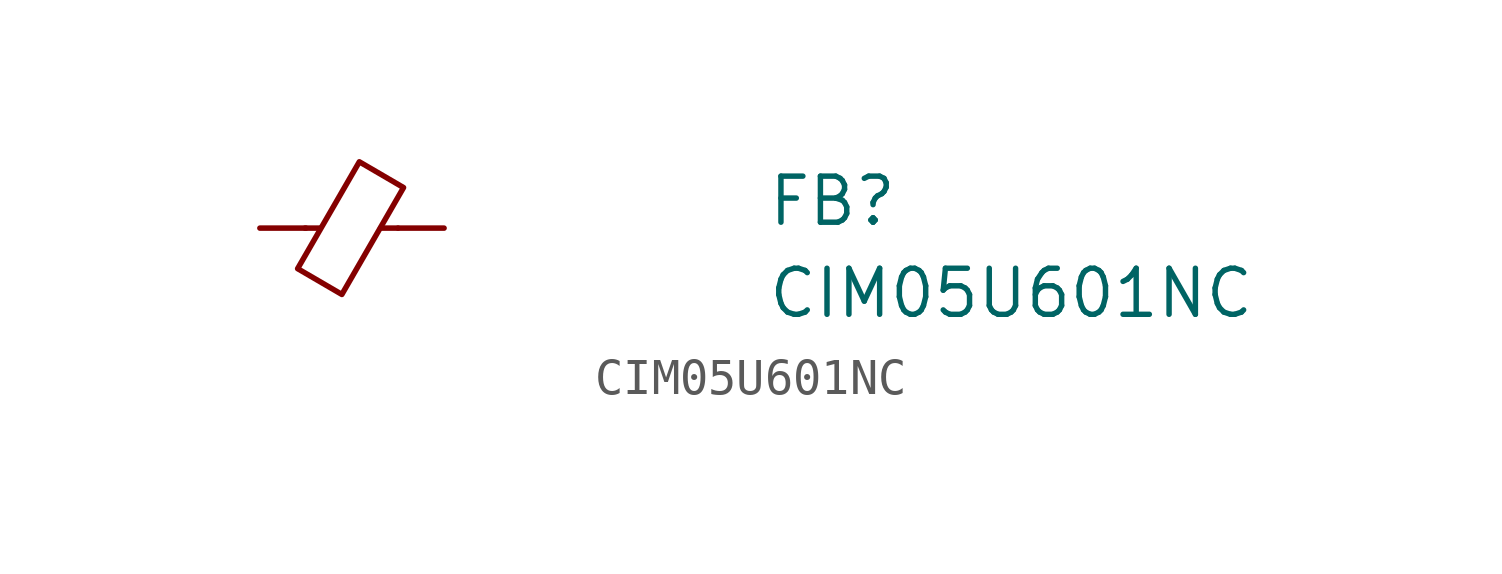
<source format=kicad_sym>
(kicad_symbol_lib
  (version 20211014)
  (generator kicad_symbol_editor)
  (symbol "CIM05U601NC"
    (pin_numbers hide)
    (pin_names hide)
    (property "Reference" "FB"
      (at 13.97 0 0)
      (effects (font (size 1.27 1.27) (thickness 0.15)) (justify left bottom)))
    (property "Value" "CIM05U601NC"
      (at 13.97 -2.54 0)
      (effects (font (size 1.27 1.27) (thickness 0.15)) (justify left bottom)))
    (symbol "CIM05U601NC_0_1"
      (polyline (pts (xy 1.651 0) (xy 1.245 0)) (stroke (width 0) (type default) (color 0 0 0 0)) (fill (type none)))
      (polyline (pts (xy 3.81 0) (xy 3.327 0)) (stroke (width 0) (type default) (color 0 0 0 0)) (fill (type none)))
      (polyline (pts (xy 2.261 -1.829) (xy 1.041 -1.118) (xy 2.743 1.829) (xy 3.962 1.118) (xy 2.261 -1.829)) (stroke (width 0) (type default) (color 0 0 0 0)) (fill (type none))))
    (symbol "CIM05U601NC_1_1"
      (pin passive line (at 0 0 0) (length 1.27) (name "~" (effects (font (size 1.27 1.27)))) (number "1" (effects (font (size 1.27 1.27)))))
      (pin passive line (at 5.08 0 180) (length 1.27) (name "~" (effects (font (size 1.27 1.27)))) (number "2" (effects (font (size 1.27 1.27))))))))
</source>
